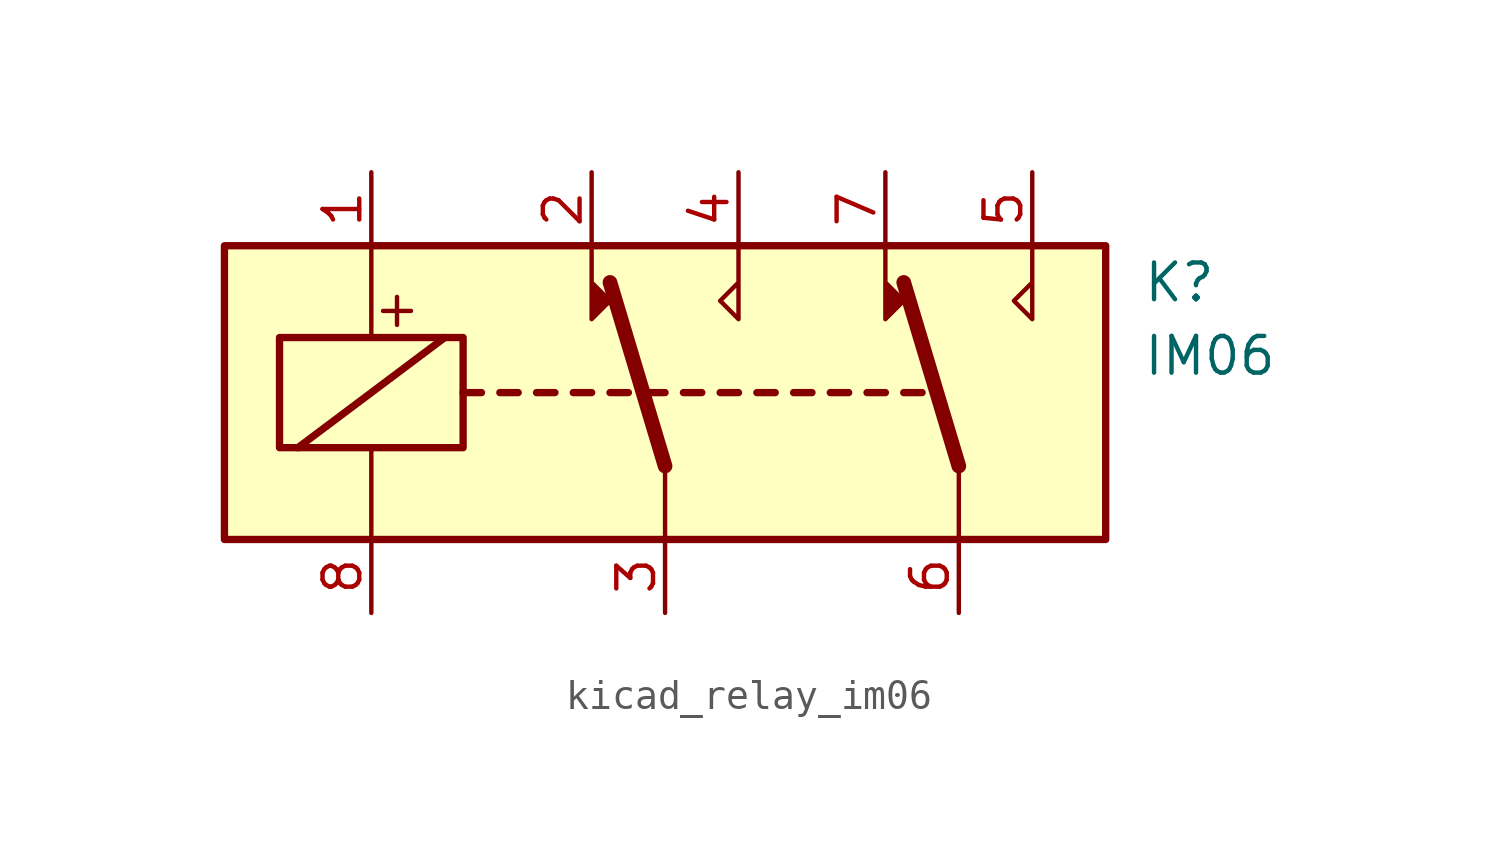
<source format=kicad_sym>
(kicad_symbol_lib
  (version 20220914)
  (generator kicad_symbol_editor)
  (symbol "kicad_relay_im06"
    (property "Reference" "K"
      (at 16.51 3.81 0)
      (effects (font (size 1.27 1.27)) (justify left)))
    (property "Value" "IM06"
      (at 16.51 1.27 0)
      (effects (font (size 1.27 1.27)) (justify left)))
    (symbol "kicad_relay_im06_0_0"
      (text "+" (at -9.271 2.921 0) (effects (font (size 1.27 1.27)))))
    (symbol "kicad_relay_im06_0_1"
      (rectangle (start -15.24 5.08) (end 15.24 -5.08) (stroke (width 0.254) (type default)) (fill (type background)))
      (rectangle (start -13.335 1.905) (end -6.985 -1.905) (stroke (width 0.254) (type default)) (fill (type none)))
      (polyline (pts (xy -12.7 -1.905) (xy -7.62 1.905)) (stroke (width 0.254) (type default)) (fill (type none)))
      (polyline (pts (xy -10.16 -5.08) (xy -10.16 -1.905)) (stroke (width 0) (type default)) (fill (type none)))
      (polyline (pts (xy -10.16 5.08) (xy -10.16 1.905)) (stroke (width 0) (type default)) (fill (type none)))
      (polyline (pts (xy -6.985 0) (xy -6.35 0)) (stroke (width 0.254) (type default)) (fill (type none)))
      (polyline (pts (xy -5.715 0) (xy -5.08 0)) (stroke (width 0.254) (type default)) (fill (type none)))
      (polyline (pts (xy -4.445 0) (xy -3.81 0)) (stroke (width 0.254) (type default)) (fill (type none)))
      (polyline (pts (xy -3.175 0) (xy -2.54 0)) (stroke (width 0.254) (type default)) (fill (type none)))
      (polyline (pts (xy -1.905 0) (xy -1.27 0)) (stroke (width 0.254) (type default)) (fill (type none)))
      (polyline (pts (xy -0.635 0) (xy 0 0)) (stroke (width 0.254) (type default)) (fill (type none)))
      (polyline (pts (xy 0 -2.54) (xy -1.905 3.81)) (stroke (width 0.508) (type default)) (fill (type none)))
      (polyline (pts (xy 0 -2.54) (xy 0 -5.08)) (stroke (width 0) (type default)) (fill (type none)))
      (polyline (pts (xy 0.635 0) (xy 1.27 0)) (stroke (width 0.254) (type default)) (fill (type none)))
      (polyline (pts (xy 1.905 0) (xy 2.54 0)) (stroke (width 0.254) (type default)) (fill (type none)))
      (polyline (pts (xy 3.175 0) (xy 3.81 0)) (stroke (width 0.254) (type default)) (fill (type none)))
      (polyline (pts (xy 4.445 0) (xy 5.08 0)) (stroke (width 0.254) (type default)) (fill (type none)))
      (polyline (pts (xy 5.715 0) (xy 6.35 0)) (stroke (width 0.254) (type default)) (fill (type none)))
      (polyline (pts (xy 6.985 0) (xy 7.62 0)) (stroke (width 0.254) (type default)) (fill (type none)))
      (polyline (pts (xy 8.255 0) (xy 8.89 0)) (stroke (width 0.254) (type default)) (fill (type none)))
      (polyline (pts (xy 10.16 -2.54) (xy 8.255 3.81)) (stroke (width 0.508) (type default)) (fill (type none)))
      (polyline (pts (xy 10.16 -2.54) (xy 10.16 -5.08)) (stroke (width 0) (type default)) (fill (type none)))
      (polyline (pts (xy -2.54 5.08) (xy -2.54 2.54) (xy -1.905 3.175) (xy -2.54 3.81)) (stroke (width 0) (type default)) (fill (type outline)))
      (polyline (pts (xy 2.54 5.08) (xy 2.54 2.54) (xy 1.905 3.175) (xy 2.54 3.81)) (stroke (width 0) (type default)) (fill (type none)))
      (polyline (pts (xy 7.62 5.08) (xy 7.62 2.54) (xy 8.255 3.175) (xy 7.62 3.81)) (stroke (width 0) (type default)) (fill (type outline)))
      (polyline (pts (xy 12.7 5.08) (xy 12.7 2.54) (xy 12.065 3.175) (xy 12.7 3.81)) (stroke (width 0) (type default)) (fill (type none))))
    (symbol "kicad_relay_im06_1_1"
      (pin passive line (at -10.16 7.62 270) (length 2.54) (name "~" (effects (font (size 1.27 1.27)))) (number "1" (effects (font (size 1.27 1.27)))))
      (pin passive line (at -2.54 7.62 270) (length 2.54) (name "~" (effects (font (size 1.27 1.27)))) (number "2" (effects (font (size 1.27 1.27)))))
      (pin passive line (at 0 -7.62 90) (length 2.54) (name "~" (effects (font (size 1.27 1.27)))) (number "3" (effects (font (size 1.27 1.27)))))
      (pin passive line (at 2.54 7.62 270) (length 2.54) (name "~" (effects (font (size 1.27 1.27)))) (number "4" (effects (font (size 1.27 1.27)))))
      (pin passive line (at 12.7 7.62 270) (length 2.54) (name "~" (effects (font (size 1.27 1.27)))) (number "5" (effects (font (size 1.27 1.27)))))
      (pin passive line (at 10.16 -7.62 90) (length 2.54) (name "~" (effects (font (size 1.27 1.27)))) (number "6" (effects (font (size 1.27 1.27)))))
      (pin passive line (at 7.62 7.62 270) (length 2.54) (name "~" (effects (font (size 1.27 1.27)))) (number "7" (effects (font (size 1.27 1.27)))))
      (pin passive line (at -10.16 -7.62 90) (length 2.54) (name "~" (effects (font (size 1.27 1.27)))) (number "8" (effects (font (size 1.27 1.27))))))))
</source>
